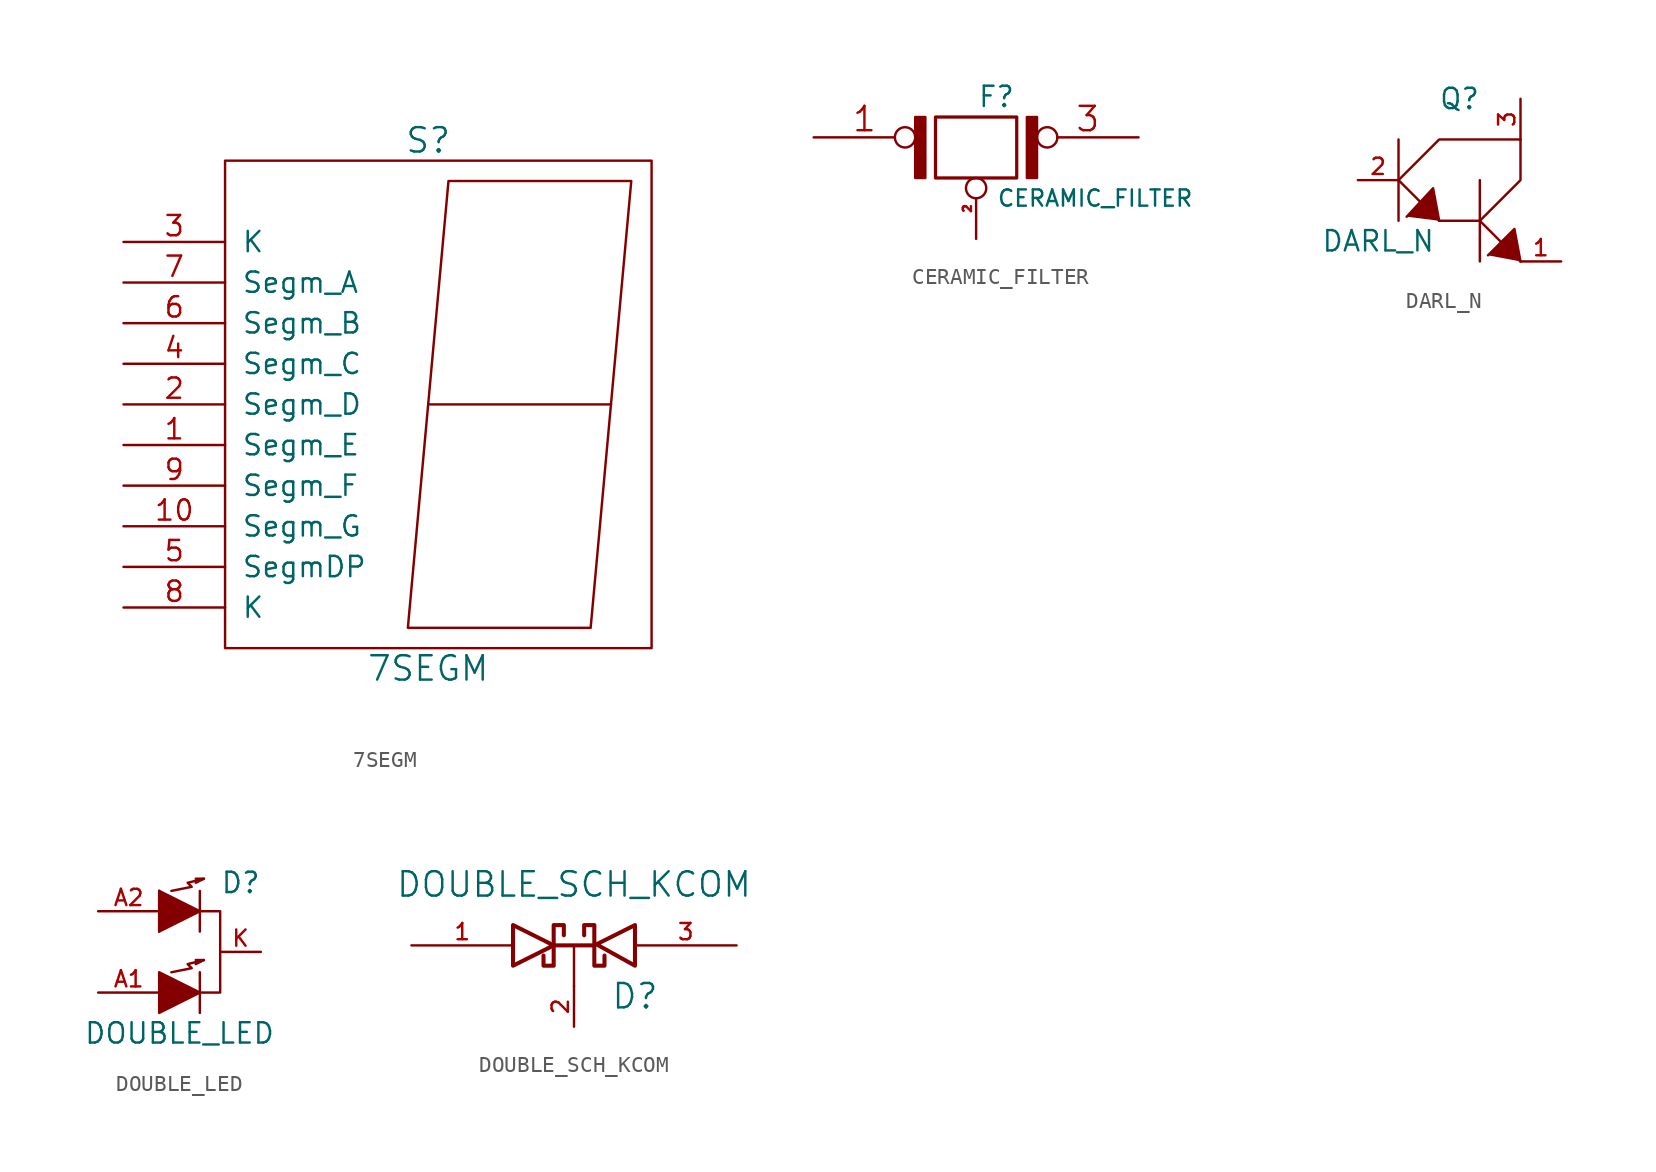
<source format=kicad_sym>
(kicad_symbol_lib
  (version 20231120)
  (generator "kicad_symbol_editor")
  (generator_version "8.0")
  (symbol "7SEGM"
    (pin_names
      (offset 1.016))
    (property "Reference" "S"
      (at 0 16.51 0)
      (effects (font (size 1.524 1.524))))
    (property "Value" "7SEGM"
      (at 0 -16.51 0)
      (effects (font (size 1.524 1.524))))
    (property "Footprint" ""
      (at 0 0 0)
      (effects (font (size 1.524 1.524))))
    (property "Datasheet" ""
      (at 0 0 0)
      (effects (font (size 1.524 1.524))))
    (symbol "7SEGM_0_1"
      (rectangle (start -12.7 15.24) (end 13.97 -15.24) (stroke (width 0) (type solid)) (fill (type none)))
      (polyline (pts (xy 0 0) (xy 11.43 0)) (stroke (width 0) (type solid)) (fill (type none)))
      (polyline (pts (xy -1.27 -13.97) (xy 1.27 13.97) (xy 12.7 13.97) (xy 10.16 -13.97) (xy -1.27 -13.97)) (stroke (width 0) (type solid)) (fill (type none))))
    (symbol "7SEGM_1_1"
      (pin passive line (at -19.05 -2.54 0) (length 6.35) (name "Segm_E" (effects (font (size 1.27 1.27)))) (number "1" (effects (font (size 1.27 1.27)))))
      (pin passive line (at -19.05 -7.62 0) (length 6.35) (name "Segm_G" (effects (font (size 1.27 1.27)))) (number "10" (effects (font (size 1.27 1.27)))))
      (pin passive line (at -19.05 0 0) (length 6.35) (name "Segm_D" (effects (font (size 1.27 1.27)))) (number "2" (effects (font (size 1.27 1.27)))))
      (pin passive line (at -19.05 10.16 0) (length 6.35) (name "K" (effects (font (size 1.27 1.27)))) (number "3" (effects (font (size 1.27 1.27)))))
      (pin passive line (at -19.05 2.54 0) (length 6.35) (name "Segm_C" (effects (font (size 1.27 1.27)))) (number "4" (effects (font (size 1.27 1.27)))))
      (pin passive line (at -19.05 -10.16 0) (length 6.35) (name "SegmDP" (effects (font (size 1.27 1.27)))) (number "5" (effects (font (size 1.27 1.27)))))
      (pin passive line (at -19.05 5.08 0) (length 6.35) (name "Segm_B" (effects (font (size 1.27 1.27)))) (number "6" (effects (font (size 1.27 1.27)))))
      (pin passive line (at -19.05 7.62 0) (length 6.35) (name "Segm_A" (effects (font (size 1.27 1.27)))) (number "7" (effects (font (size 1.27 1.27)))))
      (pin input line (at -19.05 -12.7 0) (length 6.35) (name "K" (effects (font (size 1.27 1.27)))) (number "8" (effects (font (size 1.27 1.27)))))
      (pin passive line (at -19.05 -5.08 0) (length 6.35) (name "Segm_F" (effects (font (size 1.27 1.27)))) (number "9" (effects (font (size 1.27 1.27)))))))
  (symbol "CERAMIC_FILTER"
    (pin_names
      (offset 1.016) hide)
    (property "Reference" "F"
      (at 1.27 3.81 0)
      (effects (font (size 1.27 1.27))))
    (property "Value" "CERAMIC_FILTER"
      (at 1.27 -2.54 0)
      (effects (font (size 1.016 1.016)) (justify left)))
    (property "Footprint" ""
      (at 0 0 0)
      (effects (font (size 1.524 1.524))))
    (property "Datasheet" ""
      (at 0 0 0)
      (effects (font (size 1.524 1.524))))
    (symbol "CERAMIC_FILTER_0_1"
      (rectangle (start -2.54 2.54) (end 2.54 -1.27) (stroke (width 0.203) (type solid)) (fill (type none)))
      (polyline (pts (xy -3.81 2.54) (xy -3.81 -1.27) (xy -3.175 -1.27) (xy -3.175 2.54) (xy -3.81 2.54) (xy -3.81 2.54)) (stroke (width 0) (type solid)) (fill (type outline)))
      (polyline (pts (xy 3.81 2.54) (xy 3.81 -1.27) (xy 3.175 -1.27) (xy 3.175 2.54) (xy 3.81 2.54) (xy 3.81 2.54)) (stroke (width 0) (type solid)) (fill (type outline))))
    (symbol "CERAMIC_FILTER_1_1"
      (pin passive inverted (at -10.16 1.27 0) (length 6.35) (name "P1" (effects (font (size 1.524 1.524)))) (number "1" (effects (font (size 1.524 1.524)))))
      (pin passive inverted (at 0 -5.08 90) (length 3.81) (name "PM" (effects (font (size 0.508 0.508)))) (number "2" (effects (font (size 0.508 0.508)))))
      (pin passive inverted (at 10.16 1.27 180) (length 6.35) (name "P3" (effects (font (size 1.524 1.524)))) (number "3" (effects (font (size 1.524 1.524)))))))
  (symbol "DARL_N"
    (pin_names
      (offset 0.254))
    (property "Reference" "Q"
      (at 0 6.35 0)
      (effects (font (size 1.27 1.27))))
    (property "Value" "DARL_N"
      (at -5.08 -2.54 0)
      (effects (font (size 1.27 1.27))))
    (property "Footprint" ""
      (at 0 0 0)
      (effects (font (size 1.524 1.524))))
    (property "Datasheet" ""
      (at 0 0 0)
      (effects (font (size 1.524 1.524))))
    (symbol "DARL_N_0_0"
      (polyline (pts (xy -3.81 -1.27) (xy -3.81 3.81)) (stroke (width 0) (type solid)) (fill (type none)))
      (polyline (pts (xy 1.27 1.27) (xy 1.27 -3.81)) (stroke (width 0) (type solid)) (fill (type none))))
    (symbol "DARL_N_0_1"
      (polyline (pts (xy 1.27 -1.27) (xy 3.81 -3.81)) (stroke (width 0) (type solid)) (fill (type none)))
      (polyline (pts (xy -3.81 1.27) (xy -1.27 -1.27) (xy 1.27 -1.27)) (stroke (width 0) (type solid)) (fill (type none)))
      (polyline (pts (xy -3.81 1.27) (xy -1.27 3.81) (xy 3.81 3.81)) (stroke (width 0) (type solid)) (fill (type none)))
      (polyline (pts (xy -1.27 -1.27) (xy -1.651 0.762) (xy -3.302 -1.016)) (stroke (width 0) (type solid)) (fill (type outline)))
      (polyline (pts (xy 1.27 -1.27) (xy 3.81 1.27) (xy 3.81 3.81)) (stroke (width 0) (type solid)) (fill (type none)))
      (polyline (pts (xy 3.81 -3.81) (xy 3.429 -1.778) (xy 1.778 -3.429)) (stroke (width 0) (type solid)) (fill (type outline))))
    (symbol "DARL_N_1_1"
      (pin passive line (at 6.35 -3.81 180) (length 2.54) (name "~" (effects (font (size 1.016 1.016)))) (number "1" (effects (font (size 1.016 1.016)))))
      (pin input line (at -6.35 1.27 0) (length 2.54) (name "~" (effects (font (size 1.016 1.016)))) (number "2" (effects (font (size 1.016 1.016)))))
      (pin passive line (at 3.81 6.35 270) (length 2.54) (name "~" (effects (font (size 1.016 1.016)))) (number "3" (effects (font (size 1.016 1.016)))))))
  (symbol "DOUBLE_LED"
    (pin_names
      (offset 1.016) hide)
    (property "Reference" "D"
      (at 2.54 4.318 0)
      (effects (font (size 1.27 1.27)) (justify left)))
    (property "Value" "DOUBLE_LED"
      (at 0 -5.08 0)
      (effects (font (size 1.27 1.27))))
    (property "Footprint" ""
      (at 0 0 0)
      (effects (font (size 1.524 1.524))))
    (property "Datasheet" ""
      (at 0 0 0)
      (effects (font (size 1.524 1.524))))
    (symbol "DOUBLE_LED_0_1"
      (rectangle (start -1.27 1.27) (end -1.27 3.81) (stroke (width 0) (type solid)) (fill (type none)))
      (rectangle (start -1.27 3.81) (end -1.27 3.81) (stroke (width 0) (type solid)) (fill (type none)))
      (polyline (pts (xy 1.27 -1.27) (xy 1.27 -3.81)) (stroke (width 0) (type solid)) (fill (type none)))
      (polyline (pts (xy 1.27 3.81) (xy 1.27 1.27) (xy 1.27 1.27)) (stroke (width 0) (type solid)) (fill (type none)))
      (polyline (pts (xy 1.016 -0.508) (xy 1.524 -0.508) (xy 1.016 -0.762) (xy 1.016 -0.762)) (stroke (width 0) (type solid)) (fill (type none)))
      (polyline (pts (xy 1.016 4.572) (xy 1.524 4.572) (xy 1.016 4.318) (xy 1.016 4.318)) (stroke (width 0) (type solid)) (fill (type none)))
      (polyline (pts (xy -1.27 -1.27) (xy -1.27 -3.81) (xy 1.27 -2.54) (xy -1.27 -1.27) (xy -1.27 -1.27)) (stroke (width 0) (type solid)) (fill (type outline)))
      (polyline (pts (xy -0.508 -1.27) (xy 0.762 -1.016) (xy 0.508 -0.762) (xy 1.524 -0.508) (xy 1.524 -0.508)) (stroke (width 0) (type solid)) (fill (type none)))
      (polyline (pts (xy 1.27 2.54) (xy 2.54 2.54) (xy 2.54 -2.54) (xy 1.27 -2.54) (xy 1.27 -2.54)) (stroke (width 0) (type solid)) (fill (type none)))
      (polyline (pts (xy -1.27 3.81) (xy -1.27 1.27) (xy 1.27 2.54) (xy -1.27 3.81) (xy -1.27 3.81) (xy -1.27 3.81)) (stroke (width 0) (type solid)) (fill (type outline)))
      (polyline (pts (xy -0.508 3.81) (xy 0.762 4.064) (xy 0.508 4.318) (xy 1.524 4.572) (xy 1.524 4.572) (xy 1.524 4.572)) (stroke (width 0) (type solid)) (fill (type none))))
    (symbol "DOUBLE_LED_1_1"
      (pin passive line (at -5.08 -2.54 0) (length 3.81) (name "A1" (effects (font (size 1.016 1.016)))) (number "A1" (effects (font (size 1.016 1.016)))))
      (pin passive line (at -5.08 2.54 0) (length 3.81) (name "A2" (effects (font (size 1.016 1.016)))) (number "A2" (effects (font (size 1.016 1.016)))))
      (pin passive line (at 5.08 0 180) (length 2.54) (name "K" (effects (font (size 1.016 1.016)))) (number "K" (effects (font (size 1.016 1.016)))))))
  (symbol "DOUBLE_SCH_KCOM"
    (pin_names
      (offset 0.762) hide)
    (property "Reference" "D"
      (at 3.81 -3.175 0)
      (effects (font (size 1.524 1.524))))
    (property "Value" "DOUBLE_SCH_KCOM"
      (at 0 3.81 0)
      (effects (font (size 1.524 1.524))))
    (property "Footprint" ""
      (at 0 0 0)
      (effects (font (size 1.524 1.524))))
    (property "Datasheet" ""
      (at 0 0 0)
      (effects (font (size 1.524 1.524))))
    (symbol "DOUBLE_SCH_KCOM_0_1"
      (polyline (pts (xy 0 0) (xy 0 -2.54)) (stroke (width 0) (type solid)) (fill (type none)))
      (polyline (pts (xy -1.27 0) (xy 1.27 0) (xy 1.27 0)) (stroke (width 0.254) (type solid)) (fill (type none)))
      (polyline (pts (xy -1.27 0) (xy -3.81 1.27) (xy -3.81 -1.27) (xy -1.27 0) (xy -1.27 0)) (stroke (width 0.254) (type solid)) (fill (type none)))
      (polyline (pts (xy 1.524 0) (xy 3.81 -1.27) (xy 3.81 1.27) (xy 1.27 0) (xy 1.27 0)) (stroke (width 0.254) (type solid)) (fill (type none)))
      (polyline (pts (xy 0.635 0.635) (xy 0.635 1.27) (xy 1.27 1.27) (xy 1.27 -1.27) (xy 1.905 -1.27) (xy 1.905 -0.635) (xy 1.905 -0.635)) (stroke (width 0.254) (type solid)) (fill (type none)))
      (polyline (pts (xy -0.635 0.635) (xy -0.635 1.27) (xy -1.27 1.27) (xy -1.27 -1.27) (xy -1.905 -1.27) (xy -1.905 -0.635) (xy -1.905 -0.635) (xy -1.905 -0.635)) (stroke (width 0.254) (type solid)) (fill (type none)))
      (pin passive line (at -10.16 0 0) (length 6.35) (name "Anode" (effects (font (size 1.016 1.016)))) (number "1" (effects (font (size 1.016 1.016)))))
      (pin passive line (at 0 -5.08 90) (length 2.54) (name "AK" (effects (font (size 1.016 1.016)))) (number "2" (effects (font (size 1.016 1.016)))))
      (pin passive line (at 10.16 0 180) (length 6.35) (name "cathode" (effects (font (size 1.016 1.016)))) (number "3" (effects (font (size 1.016 1.016))))))))
</source>
